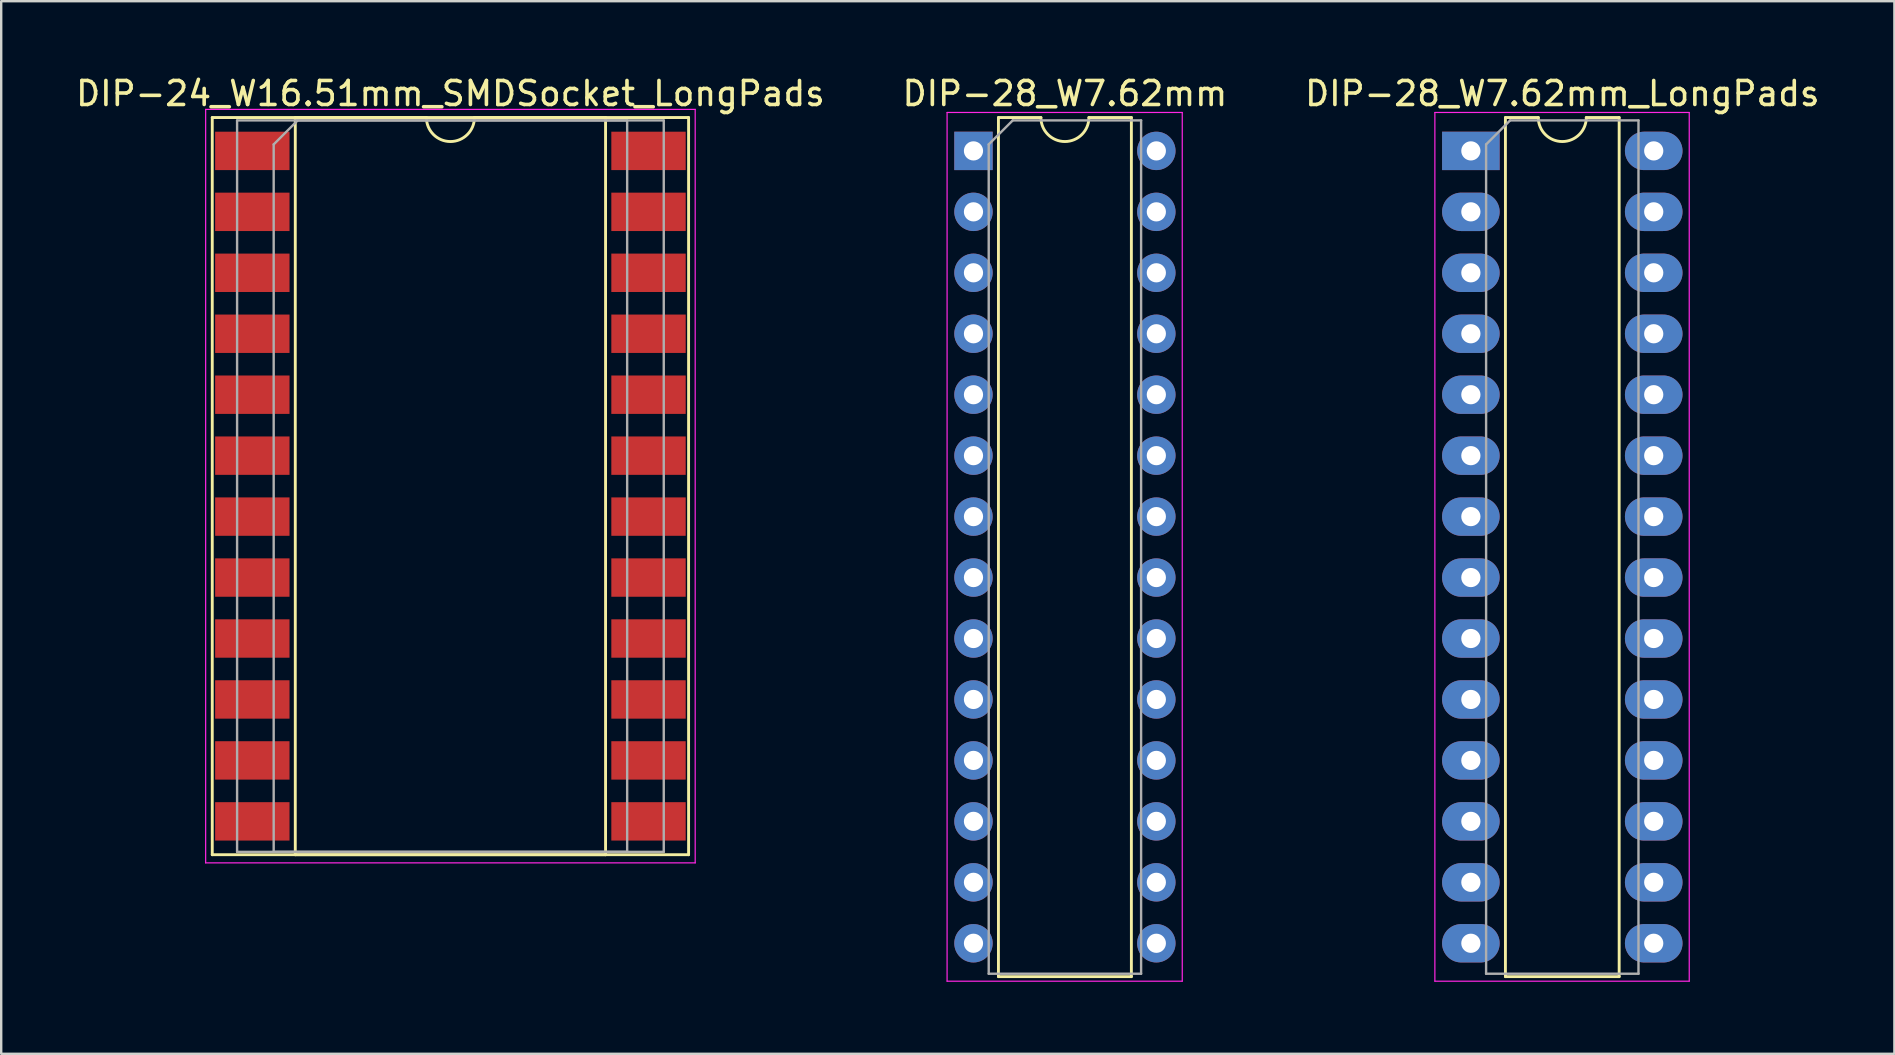
<source format=kicad_pcb>
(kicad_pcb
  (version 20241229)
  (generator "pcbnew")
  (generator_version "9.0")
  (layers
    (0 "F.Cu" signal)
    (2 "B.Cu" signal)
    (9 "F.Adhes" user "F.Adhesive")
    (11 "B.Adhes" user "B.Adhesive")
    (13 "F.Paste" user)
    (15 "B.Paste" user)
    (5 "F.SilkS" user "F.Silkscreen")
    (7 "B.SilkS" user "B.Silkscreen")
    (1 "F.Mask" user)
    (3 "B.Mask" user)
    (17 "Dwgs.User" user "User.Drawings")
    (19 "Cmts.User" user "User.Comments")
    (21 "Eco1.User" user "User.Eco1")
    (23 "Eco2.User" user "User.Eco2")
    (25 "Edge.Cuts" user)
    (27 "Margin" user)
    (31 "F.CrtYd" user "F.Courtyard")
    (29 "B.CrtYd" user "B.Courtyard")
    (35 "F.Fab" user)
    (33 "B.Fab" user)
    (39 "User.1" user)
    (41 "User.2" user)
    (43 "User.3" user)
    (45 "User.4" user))
  (footprint "DIP-24_W16.51mm_SMDSocket_LongPads"
    (layer "F.Cu")
    (at 15.72 17.208)
    (property "Reference" "DIP-24_W16.51mm_SMDSocket_LongPads" (at 0 -16.36 0) (layer "F.SilkS") (effects (font (size 1 1) (thickness 0.15))))
    (attr smd)
    (fp_line (start -9.925 -15.36) (end -9.925 15.36) (stroke (width 0.12) (type solid)) (layer "F.SilkS"))
    (fp_line (start -9.925 15.36) (end 9.925 15.36) (stroke (width 0.12) (type solid)) (layer "F.SilkS"))
    (fp_line (start -6.465 -15.36) (end -6.465 15.36) (stroke (width 0.12) (type solid)) (layer "F.SilkS"))
    (fp_line (start -6.465 15.36) (end 6.465 15.36) (stroke (width 0.12) (type solid)) (layer "F.SilkS"))
    (fp_line (start -1 -15.36) (end -6.465 -15.36) (stroke (width 0.12) (type solid)) (layer "F.SilkS"))
    (fp_line (start 6.465 -15.36) (end 1 -15.36) (stroke (width 0.12) (type solid)) (layer "F.SilkS"))
    (fp_line (start 6.465 15.36) (end 6.465 -15.36) (stroke (width 0.12) (type solid)) (layer "F.SilkS"))
    (fp_line (start 9.925 -15.36) (end -9.925 -15.36) (stroke (width 0.12) (type solid)) (layer "F.SilkS"))
    (fp_line (start 9.925 15.36) (end 9.925 -15.36) (stroke (width 0.12) (type solid)) (layer "F.SilkS"))
    (fp_arc (start 1 -15.36) (mid 0 -14.36) (end -1 -15.36) (stroke (width 0.12) (type solid)) (layer "F.SilkS"))
    (fp_line (start -10.2 -15.7) (end -10.2 15.7) (stroke (width 0.05) (type solid)) (layer "F.CrtYd"))
    (fp_line (start -10.2 15.7) (end 10.2 15.7) (stroke (width 0.05) (type solid)) (layer "F.CrtYd"))
    (fp_line (start 10.2 -15.7) (end -10.2 -15.7) (stroke (width 0.05) (type solid)) (layer "F.CrtYd"))
    (fp_line (start 10.2 15.7) (end 10.2 -15.7) (stroke (width 0.05) (type solid)) (layer "F.CrtYd"))
    (fp_line (start -8.89 -15.24) (end -8.89 15.24) (stroke (width 0.1) (type solid)) (layer "F.Fab"))
    (fp_line (start -8.89 15.24) (end 8.89 15.24) (stroke (width 0.1) (type solid)) (layer "F.Fab"))
    (fp_line (start -7.365 -14.24) (end -6.365 -15.24) (stroke (width 0.1) (type solid)) (layer "F.Fab"))
    (fp_line (start -7.365 15.24) (end -7.365 -14.24) (stroke (width 0.1) (type solid)) (layer "F.Fab"))
    (fp_line (start -6.365 -15.24) (end 7.365 -15.24) (stroke (width 0.1) (type solid)) (layer "F.Fab"))
    (fp_line (start 7.365 -15.24) (end 7.365 15.24) (stroke (width 0.1) (type solid)) (layer "F.Fab"))
    (fp_line (start 7.365 15.24) (end -7.365 15.24) (stroke (width 0.1) (type solid)) (layer "F.Fab"))
    (fp_line (start 8.89 -15.24) (end -8.89 -15.24) (stroke (width 0.1) (type solid)) (layer "F.Fab"))
    (fp_line (start 8.89 15.24) (end 8.89 -15.24) (stroke (width 0.1) (type solid)) (layer "F.Fab"))
    (pad "1" smd rect (at -8.255 -13.97) (size 3.1 1.6) (layers "F.Cu" "F.Mask"))
    (pad "2" smd rect (at -8.255 -11.43) (size 3.1 1.6) (layers "F.Cu" "F.Mask"))
    (pad "3" smd rect (at -8.255 -8.89) (size 3.1 1.6) (layers "F.Cu" "F.Mask"))
    (pad "4" smd rect (at -8.255 -6.35) (size 3.1 1.6) (layers "F.Cu" "F.Mask"))
    (pad "5" smd rect (at -8.255 -3.81) (size 3.1 1.6) (layers "F.Cu" "F.Mask"))
    (pad "6" smd rect (at -8.255 -1.27) (size 3.1 1.6) (layers "F.Cu" "F.Mask"))
    (pad "7" smd rect (at -8.255 1.27) (size 3.1 1.6) (layers "F.Cu" "F.Mask"))
    (pad "8" smd rect (at -8.255 3.81) (size 3.1 1.6) (layers "F.Cu" "F.Mask"))
    (pad "9" smd rect (at -8.255 6.35) (size 3.1 1.6) (layers "F.Cu" "F.Mask"))
    (pad "10" smd rect (at -8.255 8.89) (size 3.1 1.6) (layers "F.Cu" "F.Mask"))
    (pad "11" smd rect (at -8.255 11.43) (size 3.1 1.6) (layers "F.Cu" "F.Mask"))
    (pad "12" smd rect (at -8.255 13.97) (size 3.1 1.6) (layers "F.Cu" "F.Mask"))
    (pad "13" smd rect (at 8.255 13.97) (size 3.1 1.6) (layers "F.Cu" "F.Mask"))
    (pad "14" smd rect (at 8.255 11.43) (size 3.1 1.6) (layers "F.Cu" "F.Mask"))
    (pad "15" smd rect (at 8.255 8.89) (size 3.1 1.6) (layers "F.Cu" "F.Mask"))
    (pad "16" smd rect (at 8.255 6.35) (size 3.1 1.6) (layers "F.Cu" "F.Mask"))
    (pad "17" smd rect (at 8.255 3.81) (size 3.1 1.6) (layers "F.Cu" "F.Mask"))
    (pad "18" smd rect (at 8.255 1.27) (size 3.1 1.6) (layers "F.Cu" "F.Mask"))
    (pad "19" smd rect (at 8.255 -1.27) (size 3.1 1.6) (layers "F.Cu" "F.Mask"))
    (pad "20" smd rect (at 8.255 -3.81) (size 3.1 1.6) (layers "F.Cu" "F.Mask"))
    (pad "21" smd rect (at 8.255 -6.35) (size 3.1 1.6) (layers "F.Cu" "F.Mask"))
    (pad "22" smd rect (at 8.255 -8.89) (size 3.1 1.6) (layers "F.Cu" "F.Mask"))
    (pad "23" smd rect (at 8.255 -11.43) (size 3.1 1.6) (layers "F.Cu" "F.Mask"))
    (pad "24" smd rect (at 8.255 -13.97) (size 3.1 1.6) (layers "F.Cu" "F.Mask")))
  (footprint "DIP-28_W7.62mm_LongPads"
    (layer "F.Cu")
    (at 58.244 3.238)
    (property "Reference" "DIP-28_W7.62mm_LongPads" (at 3.81 -2.39 0) (layer "F.SilkS") (effects (font (size 1 1) (thickness 0.15))))
    (attr through_hole)
    (fp_line (start 1.44 -1.39) (end 1.44 34.41) (stroke (width 0.12) (type solid)) (layer "F.SilkS"))
    (fp_line (start 1.44 34.41) (end 6.18 34.41) (stroke (width 0.12) (type solid)) (layer "F.SilkS"))
    (fp_line (start 2.81 -1.39) (end 1.44 -1.39) (stroke (width 0.12) (type solid)) (layer "F.SilkS"))
    (fp_line (start 6.18 -1.39) (end 4.81 -1.39) (stroke (width 0.12) (type solid)) (layer "F.SilkS"))
    (fp_line (start 6.18 34.41) (end 6.18 -1.39) (stroke (width 0.12) (type solid)) (layer "F.SilkS"))
    (fp_arc (start 4.81 -1.39) (mid 3.81 -0.39) (end 2.81 -1.39) (stroke (width 0.12) (type solid)) (layer "F.SilkS"))
    (fp_line (start -1.5 -1.6) (end -1.5 34.6) (stroke (width 0.05) (type solid)) (layer "F.CrtYd"))
    (fp_line (start -1.5 34.6) (end 9.1 34.6) (stroke (width 0.05) (type solid)) (layer "F.CrtYd"))
    (fp_line (start 9.1 -1.6) (end -1.5 -1.6) (stroke (width 0.05) (type solid)) (layer "F.CrtYd"))
    (fp_line (start 9.1 34.6) (end 9.1 -1.6) (stroke (width 0.05) (type solid)) (layer "F.CrtYd"))
    (fp_line (start 0.635 -0.27) (end 1.635 -1.27) (stroke (width 0.1) (type solid)) (layer "F.Fab"))
    (fp_line (start 0.635 34.29) (end 0.635 -0.27) (stroke (width 0.1) (type solid)) (layer "F.Fab"))
    (fp_line (start 1.635 -1.27) (end 6.985 -1.27) (stroke (width 0.1) (type solid)) (layer "F.Fab"))
    (fp_line (start 6.985 -1.27) (end 6.985 34.29) (stroke (width 0.1) (type solid)) (layer "F.Fab"))
    (fp_line (start 6.985 34.29) (end 0.635 34.29) (stroke (width 0.1) (type solid)) (layer "F.Fab"))
    (pad "1" thru_hole rect (at 0 0) (size 2.4 1.6) (drill 0.8) (layers "*.Cu" "*.Mask"))
    (pad "2" thru_hole oval (at 0 2.54) (size 2.4 1.6) (drill 0.8) (layers "*.Cu" "*.Mask"))
    (pad "3" thru_hole oval (at 0 5.08) (size 2.4 1.6) (drill 0.8) (layers "*.Cu" "*.Mask"))
    (pad "4" thru_hole oval (at 0 7.62) (size 2.4 1.6) (drill 0.8) (layers "*.Cu" "*.Mask"))
    (pad "5" thru_hole oval (at 0 10.16) (size 2.4 1.6) (drill 0.8) (layers "*.Cu" "*.Mask"))
    (pad "6" thru_hole oval (at 0 12.7) (size 2.4 1.6) (drill 0.8) (layers "*.Cu" "*.Mask"))
    (pad "7" thru_hole oval (at 0 15.24) (size 2.4 1.6) (drill 0.8) (layers "*.Cu" "*.Mask"))
    (pad "8" thru_hole oval (at 0 17.78) (size 2.4 1.6) (drill 0.8) (layers "*.Cu" "*.Mask"))
    (pad "9" thru_hole oval (at 0 20.32) (size 2.4 1.6) (drill 0.8) (layers "*.Cu" "*.Mask"))
    (pad "10" thru_hole oval (at 0 22.86) (size 2.4 1.6) (drill 0.8) (layers "*.Cu" "*.Mask"))
    (pad "11" thru_hole oval (at 0 25.4) (size 2.4 1.6) (drill 0.8) (layers "*.Cu" "*.Mask"))
    (pad "12" thru_hole oval (at 0 27.94) (size 2.4 1.6) (drill 0.8) (layers "*.Cu" "*.Mask"))
    (pad "13" thru_hole oval (at 0 30.48) (size 2.4 1.6) (drill 0.8) (layers "*.Cu" "*.Mask"))
    (pad "14" thru_hole oval (at 0 33.02) (size 2.4 1.6) (drill 0.8) (layers "*.Cu" "*.Mask"))
    (pad "15" thru_hole oval (at 7.62 33.02) (size 2.4 1.6) (drill 0.8) (layers "*.Cu" "*.Mask"))
    (pad "16" thru_hole oval (at 7.62 30.48) (size 2.4 1.6) (drill 0.8) (layers "*.Cu" "*.Mask"))
    (pad "17" thru_hole oval (at 7.62 27.94) (size 2.4 1.6) (drill 0.8) (layers "*.Cu" "*.Mask"))
    (pad "18" thru_hole oval (at 7.62 25.4) (size 2.4 1.6) (drill 0.8) (layers "*.Cu" "*.Mask"))
    (pad "19" thru_hole oval (at 7.62 22.86) (size 2.4 1.6) (drill 0.8) (layers "*.Cu" "*.Mask"))
    (pad "20" thru_hole oval (at 7.62 20.32) (size 2.4 1.6) (drill 0.8) (layers "*.Cu" "*.Mask"))
    (pad "21" thru_hole oval (at 7.62 17.78) (size 2.4 1.6) (drill 0.8) (layers "*.Cu" "*.Mask"))
    (pad "22" thru_hole oval (at 7.62 15.24) (size 2.4 1.6) (drill 0.8) (layers "*.Cu" "*.Mask"))
    (pad "23" thru_hole oval (at 7.62 12.7) (size 2.4 1.6) (drill 0.8) (layers "*.Cu" "*.Mask"))
    (pad "24" thru_hole oval (at 7.62 10.16) (size 2.4 1.6) (drill 0.8) (layers "*.Cu" "*.Mask"))
    (pad "25" thru_hole oval (at 7.62 7.62) (size 2.4 1.6) (drill 0.8) (layers "*.Cu" "*.Mask"))
    (pad "26" thru_hole oval (at 7.62 5.08) (size 2.4 1.6) (drill 0.8) (layers "*.Cu" "*.Mask"))
    (pad "27" thru_hole oval (at 7.62 2.54) (size 2.4 1.6) (drill 0.8) (layers "*.Cu" "*.Mask"))
    (pad "28" thru_hole oval (at 7.62 0) (size 2.4 1.6) (drill 0.8) (layers "*.Cu" "*.Mask")))
  (footprint "DIP-28_W7.62mm"
    (layer "F.Cu")
    (at 37.517 3.238)
    (property "Reference" "DIP-28_W7.62mm" (at 3.81 -2.39 0) (layer "F.SilkS") (effects (font (size 1 1) (thickness 0.15))))
    (attr through_hole)
    (fp_line (start 1.04 -1.39) (end 1.04 34.41) (stroke (width 0.12) (type solid)) (layer "F.SilkS"))
    (fp_line (start 1.04 34.41) (end 6.58 34.41) (stroke (width 0.12) (type solid)) (layer "F.SilkS"))
    (fp_line (start 2.81 -1.39) (end 1.04 -1.39) (stroke (width 0.12) (type solid)) (layer "F.SilkS"))
    (fp_line (start 6.58 -1.39) (end 4.81 -1.39) (stroke (width 0.12) (type solid)) (layer "F.SilkS"))
    (fp_line (start 6.58 34.41) (end 6.58 -1.39) (stroke (width 0.12) (type solid)) (layer "F.SilkS"))
    (fp_arc (start 4.81 -1.39) (mid 3.81 -0.39) (end 2.81 -1.39) (stroke (width 0.12) (type solid)) (layer "F.SilkS"))
    (fp_line (start -1.1 -1.6) (end -1.1 34.6) (stroke (width 0.05) (type solid)) (layer "F.CrtYd"))
    (fp_line (start -1.1 34.6) (end 8.7 34.6) (stroke (width 0.05) (type solid)) (layer "F.CrtYd"))
    (fp_line (start 8.7 -1.6) (end -1.1 -1.6) (stroke (width 0.05) (type solid)) (layer "F.CrtYd"))
    (fp_line (start 8.7 34.6) (end 8.7 -1.6) (stroke (width 0.05) (type solid)) (layer "F.CrtYd"))
    (fp_line (start 0.635 -0.27) (end 1.635 -1.27) (stroke (width 0.1) (type solid)) (layer "F.Fab"))
    (fp_line (start 0.635 34.29) (end 0.635 -0.27) (stroke (width 0.1) (type solid)) (layer "F.Fab"))
    (fp_line (start 1.635 -1.27) (end 6.985 -1.27) (stroke (width 0.1) (type solid)) (layer "F.Fab"))
    (fp_line (start 6.985 -1.27) (end 6.985 34.29) (stroke (width 0.1) (type solid)) (layer "F.Fab"))
    (fp_line (start 6.985 34.29) (end 0.635 34.29) (stroke (width 0.1) (type solid)) (layer "F.Fab"))
    (pad "1" thru_hole rect (at 0 0) (size 1.6 1.6) (drill 0.8) (layers "*.Cu" "*.Mask"))
    (pad "2" thru_hole oval (at 0 2.54) (size 1.6 1.6) (drill 0.8) (layers "*.Cu" "*.Mask"))
    (pad "3" thru_hole oval (at 0 5.08) (size 1.6 1.6) (drill 0.8) (layers "*.Cu" "*.Mask"))
    (pad "4" thru_hole oval (at 0 7.62) (size 1.6 1.6) (drill 0.8) (layers "*.Cu" "*.Mask"))
    (pad "5" thru_hole oval (at 0 10.16) (size 1.6 1.6) (drill 0.8) (layers "*.Cu" "*.Mask"))
    (pad "6" thru_hole oval (at 0 12.7) (size 1.6 1.6) (drill 0.8) (layers "*.Cu" "*.Mask"))
    (pad "7" thru_hole oval (at 0 15.24) (size 1.6 1.6) (drill 0.8) (layers "*.Cu" "*.Mask"))
    (pad "8" thru_hole oval (at 0 17.78) (size 1.6 1.6) (drill 0.8) (layers "*.Cu" "*.Mask"))
    (pad "9" thru_hole oval (at 0 20.32) (size 1.6 1.6) (drill 0.8) (layers "*.Cu" "*.Mask"))
    (pad "10" thru_hole oval (at 0 22.86) (size 1.6 1.6) (drill 0.8) (layers "*.Cu" "*.Mask"))
    (pad "11" thru_hole oval (at 0 25.4) (size 1.6 1.6) (drill 0.8) (layers "*.Cu" "*.Mask"))
    (pad "12" thru_hole oval (at 0 27.94) (size 1.6 1.6) (drill 0.8) (layers "*.Cu" "*.Mask"))
    (pad "13" thru_hole oval (at 0 30.48) (size 1.6 1.6) (drill 0.8) (layers "*.Cu" "*.Mask"))
    (pad "14" thru_hole oval (at 0 33.02) (size 1.6 1.6) (drill 0.8) (layers "*.Cu" "*.Mask"))
    (pad "15" thru_hole oval (at 7.62 33.02) (size 1.6 1.6) (drill 0.8) (layers "*.Cu" "*.Mask"))
    (pad "16" thru_hole oval (at 7.62 30.48) (size 1.6 1.6) (drill 0.8) (layers "*.Cu" "*.Mask"))
    (pad "17" thru_hole oval (at 7.62 27.94) (size 1.6 1.6) (drill 0.8) (layers "*.Cu" "*.Mask"))
    (pad "18" thru_hole oval (at 7.62 25.4) (size 1.6 1.6) (drill 0.8) (layers "*.Cu" "*.Mask"))
    (pad "19" thru_hole oval (at 7.62 22.86) (size 1.6 1.6) (drill 0.8) (layers "*.Cu" "*.Mask"))
    (pad "20" thru_hole oval (at 7.62 20.32) (size 1.6 1.6) (drill 0.8) (layers "*.Cu" "*.Mask"))
    (pad "21" thru_hole oval (at 7.62 17.78) (size 1.6 1.6) (drill 0.8) (layers "*.Cu" "*.Mask"))
    (pad "22" thru_hole oval (at 7.62 15.24) (size 1.6 1.6) (drill 0.8) (layers "*.Cu" "*.Mask"))
    (pad "23" thru_hole oval (at 7.62 12.7) (size 1.6 1.6) (drill 0.8) (layers "*.Cu" "*.Mask"))
    (pad "24" thru_hole oval (at 7.62 10.16) (size 1.6 1.6) (drill 0.8) (layers "*.Cu" "*.Mask"))
    (pad "25" thru_hole oval (at 7.62 7.62) (size 1.6 1.6) (drill 0.8) (layers "*.Cu" "*.Mask"))
    (pad "26" thru_hole oval (at 7.62 5.08) (size 1.6 1.6) (drill 0.8) (layers "*.Cu" "*.Mask"))
    (pad "27" thru_hole oval (at 7.62 2.54) (size 1.6 1.6) (drill 0.8) (layers "*.Cu" "*.Mask"))
    (pad "28" thru_hole oval (at 7.62 0) (size 1.6 1.6) (drill 0.8) (layers "*.Cu" "*.Mask")))
  (gr_rect
    (start -3 -3)
    (end 75.893 40.863)
    (stroke (width 0.1) (type default))
    (fill no)
    (layer "Edge.Cuts")))
</source>
